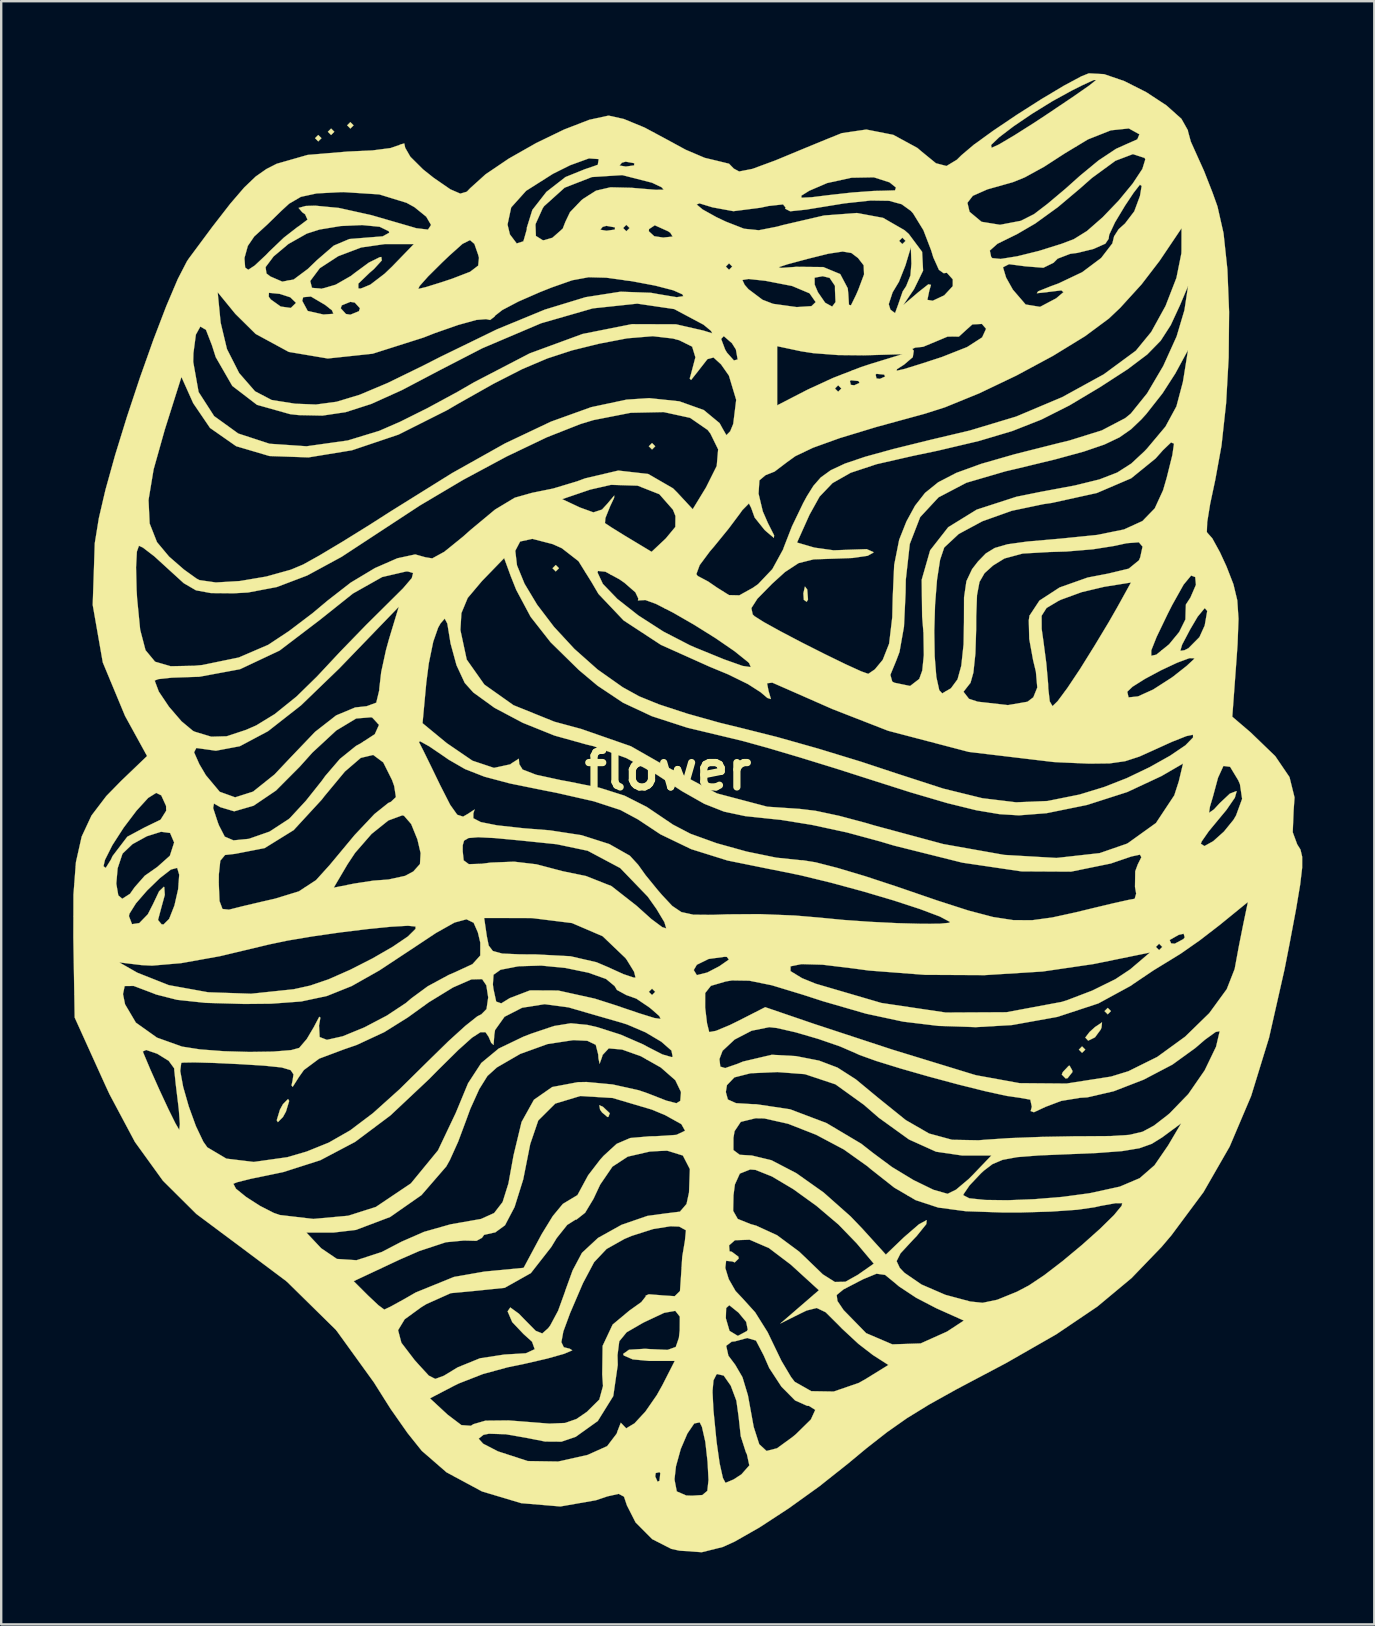
<source format=kicad_pcb>
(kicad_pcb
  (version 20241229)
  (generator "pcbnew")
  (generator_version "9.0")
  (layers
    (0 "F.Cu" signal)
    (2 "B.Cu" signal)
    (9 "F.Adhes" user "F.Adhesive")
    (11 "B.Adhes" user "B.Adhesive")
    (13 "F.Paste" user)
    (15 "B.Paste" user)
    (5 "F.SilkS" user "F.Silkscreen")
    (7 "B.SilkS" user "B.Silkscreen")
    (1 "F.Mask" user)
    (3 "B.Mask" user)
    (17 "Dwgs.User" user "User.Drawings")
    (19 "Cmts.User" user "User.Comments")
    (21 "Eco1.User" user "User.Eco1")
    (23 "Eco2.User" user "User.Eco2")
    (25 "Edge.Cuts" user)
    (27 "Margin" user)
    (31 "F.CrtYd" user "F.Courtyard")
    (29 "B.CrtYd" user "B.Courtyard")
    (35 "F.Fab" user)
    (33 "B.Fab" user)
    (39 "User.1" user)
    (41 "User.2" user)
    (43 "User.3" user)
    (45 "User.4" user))
  (footprint "flower"
    (layer "F.Cu")
    (at 24.779 29.042)
    (property "Reference" "flower" (at 0 0 0) (layer "F.SilkS") (effects (font (size 1.524 1.524) (thickness 0.3))))
    (attr through_hole)
    (fp_poly (pts (xy -14.438 -26.336) (xy -14.572 -26.202) (xy -14.705 -26.336) (xy -14.572 -26.469) (xy -14.438 -26.336)) (stroke (width 0.01) (type solid)) (fill yes) (layer "F.SilkS"))
    (fp_poly (pts (xy -13.903 -26.603) (xy -14.037 -26.469) (xy -14.171 -26.603) (xy -14.037 -26.737) (xy -13.903 -26.603)) (stroke (width 0.01) (type solid)) (fill yes) (layer "F.SilkS"))
    (fp_poly (pts (xy -13.101 -26.871) (xy -13.235 -26.737) (xy -13.368 -26.871) (xy -13.235 -27.004) (xy -13.101 -26.871)) (stroke (width 0.01) (type solid)) (fill yes) (layer "F.SilkS"))
    (fp_poly (pts (xy -4.545 -8.422) (xy -4.679 -8.288) (xy -4.813 -8.422) (xy -4.679 -8.556) (xy -4.545 -8.422)) (stroke (width 0.01) (type solid)) (fill yes) (layer "F.SilkS"))
    (fp_poly (pts (xy -0.535 -13.502) (xy -0.668 -13.368) (xy -0.802 -13.502) (xy -0.668 -13.636) (xy -0.535 -13.502)) (stroke (width 0.01) (type solid)) (fill yes) (layer "F.SilkS"))
    (fp_poly (pts (xy 17.379 11.631) (xy 17.245 11.764) (xy 17.112 11.631) (xy 17.245 11.497) (xy 17.379 11.631)) (stroke (width 0.01) (type solid)) (fill yes) (layer "F.SilkS"))
    (fp_poly (pts (xy 18.448 10.026) (xy 18.315 10.16) (xy 18.181 10.026) (xy 18.315 9.893) (xy 18.448 10.026)) (stroke (width 0.01) (type solid)) (fill yes) (layer "F.SilkS"))
    (fp_poly (pts (xy 5.797 -7.536) (xy 5.829 -7.119) (xy 5.776 -7.024) (xy 5.655 -7.104) (xy 5.636 -7.375) (xy 5.701 -7.66) (xy 5.797 -7.536)) (stroke (width 0.01) (type solid)) (fill yes) (layer "F.SilkS"))
    (fp_poly (pts (xy -2.715 14.011) (xy -2.428 14.281) (xy -2.487 14.435) (xy -2.524 14.438) (xy -2.75 14.248) (xy -2.833 14.129) (xy -2.864 13.946) (xy -2.715 14.011)) (stroke (width 0.01) (type solid)) (fill yes) (layer "F.SilkS"))
    (fp_poly (pts (xy -15.783 13.769) (xy -15.916 14.209) (xy -16.042 14.438) (xy -16.254 14.652) (xy -16.301 14.572) (xy -16.168 14.132) (xy -16.042 13.903) (xy -15.83 13.689) (xy -15.783 13.769)) (stroke (width 0.01) (type solid)) (fill yes) (layer "F.SilkS"))
    (fp_poly (pts (xy 16.841 12.506) (xy 16.844 12.566) (xy 16.639 12.823) (xy 16.561 12.834) (xy 16.401 12.67) (xy 16.443 12.566) (xy 16.683 12.311) (xy 16.726 12.299) (xy 16.841 12.506)) (stroke (width 0.01) (type solid)) (fill yes) (layer "F.SilkS"))
    (fp_poly (pts (xy 18.056 10.706) (xy 18.025 10.791) (xy 17.784 11.119) (xy 17.5 11.258) (xy 17.379 11.129) (xy 17.556 10.898) (xy 17.786 10.69) (xy 18.076 10.495) (xy 18.056 10.706)) (stroke (width 0.01) (type solid)) (fill yes) (layer "F.SilkS"))
    (fp_poly (pts (xy 18.162 -29.003) (xy 19.005 -28.714) (xy 19.918 -28.253) (xy 20.758 -27.702) (xy 21.384 -27.143) (xy 21.656 -26.66) (xy 21.658 -26.623) (xy 21.775 -26.194) (xy 22.028 -25.631) (xy 22.326 -24.971) (xy 22.684 -24.058) (xy 22.886 -23.492) (xy 23.138 -22.379) (xy 23.299 -20.871) (xy 23.37 -19.101) (xy 23.352 -17.198) (xy 23.246 -15.297) (xy 23.053 -13.527) (xy 22.793 -12.098) (xy 22.581 -11.102) (xy 22.458 -10.34) (xy 22.443 -9.931) (xy 22.469 -9.893) (xy 22.67 -9.668) (xy 22.989 -9.087) (xy 23.261 -8.498) (xy 23.55 -7.755) (xy 23.711 -7.085) (xy 23.762 -6.314) (xy 23.723 -5.265) (xy 23.682 -4.67) (xy 23.503 -2.237) (xy 24.263 -1.587) (xy 25.293 -0.594) (xy 25.886 0.278) (xy 26.096 1.126) (xy 26.058 1.668) (xy 26.021 2.575) (xy 26.207 3.08) (xy 26.343 3.296) (xy 26.414 3.596) (xy 26.413 4.057) (xy 26.33 4.76) (xy 26.159 5.782) (xy 25.892 7.201) (xy 25.679 8.288) (xy 25.034 11.138) (xy 24.288 13.563) (xy 23.393 15.671) (xy 22.302 17.57) (xy 20.966 19.367) (xy 20.558 19.848) (xy 19.307 21.147) (xy 17.88 22.336) (xy 16.172 23.49) (xy 14.079 24.688) (xy 13.502 24.993) (xy 12.012 25.781) (xy 10.873 26.416) (xy 9.954 26.981) (xy 9.128 27.561) (xy 8.263 28.238) (xy 7.486 28.883) (xy 6.301 29.823) (xy 5.031 30.735) (xy 3.812 31.532) (xy 2.776 32.123) (xy 2.282 32.348) (xy 1.404 32.567) (xy 0.479 32.503) (xy 0.134 32.428) (xy -0.66 32.023) (xy -1.354 31.325) (xy -1.713 30.619) (xy -1.836 30.253) (xy -2.057 30.136) (xy -2.532 30.242) (xy -3.005 30.402) (xy -4.485 30.661) (xy -6.117 30.524) (xy -7.75 30.035) (xy -8.908 29.411) (xy -0.535 29.411) (xy -0.437 29.631) (xy -0.356 29.589) (xy -0.351 29.536) (xy 0.267 29.536) (xy 0.363 30.034) (xy 0.757 30.204) (xy 1.003 30.213) (xy 1.428 30.185) (xy 1.635 30.012) (xy 1.685 29.559) (xy 1.646 28.809) (xy 1.552 27.967) (xy 1.411 27.345) (xy 1.318 27.157) (xy 1.089 27.205) (xy 0.804 27.624) (xy 0.528 28.268) (xy 0.329 28.987) (xy 0.267 29.536) (xy -0.351 29.536) (xy -0.324 29.271) (xy -0.356 29.232) (xy -0.515 29.269) (xy -0.535 29.411) (xy -8.908 29.411) (xy -9.231 29.237) (xy -10.259 28.344) (xy -10.664 27.838) (xy -7.891 27.838) (xy -7.702 28.048) (xy -7.085 28.366) (xy -5.845 28.77) (xy -4.577 28.789) (xy -3.353 28.515) (xy -2.537 28.148) (xy -2.139 27.625) (xy -2.11 27.533) (xy -1.969 27.173) (xy -1.898 27.246) (xy -1.745 27.407) (xy -1.398 27.199) (xy -0.943 26.707) (xy -0.465 26.017) (xy -0.383 25.869) (xy 1.851 25.869) (xy 1.89 26.652) (xy 2.009 27.854) (xy 2.026 28.007) (xy 2.149 28.871) (xy 2.284 29.475) (xy 2.392 29.678) (xy 2.728 29.537) (xy 3.057 29.323) (xy 3.385 28.951) (xy 3.284 28.485) (xy 3.242 28.404) (xy 3.028 27.736) (xy 2.941 26.939) (xy 2.846 26.255) (xy 2.612 25.629) (xy 2.318 25.209) (xy 2.042 25.145) (xy 2.013 25.17) (xy 1.892 25.408) (xy 1.851 25.869) (xy -0.383 25.869) (xy -0.233 25.601) (xy 0.278 24.598) (xy -0.797 24.598) (xy -1.472 24.534) (xy -1.845 24.372) (xy -1.872 24.308) (xy -1.627 24.133) (xy -0.96 24.093) (xy -0.735 24.107) (xy -0.021 24.139) (xy 0.321 24.016) (xy 0.337 23.97) (xy 2.421 23.97) (xy 2.513 24.381) (xy 2.797 24.759) (xy 3.099 25.277) (xy 3.327 26.033) (xy 3.347 26.144) (xy 3.567 27.349) (xy 3.798 28.069) (xy 4.102 28.349) (xy 4.539 28.237) (xy 5.171 27.778) (xy 5.327 27.649) (xy 5.948 27.04) (xy 6.132 26.638) (xy 5.868 26.472) (xy 5.795 26.469) (xy 5.292 26.245) (xy 4.722 25.67) (xy 4.214 24.894) (xy 3.984 24.369) (xy 3.662 23.75) (xy 3.296 23.643) (xy 3.288 23.646) (xy 2.788 23.782) (xy 2.652 23.796) (xy 2.421 23.97) (xy 0.337 23.97) (xy 0.451 23.636) (xy 0.485 23.328) (xy 0.489 22.819) (xy 2.406 22.819) (xy 2.56 23.347) (xy 2.907 23.556) (xy 3.279 23.357) (xy 3.32 23.297) (xy 3.253 22.969) (xy 2.935 22.587) (xy 2.551 22.278) (xy 2.42 22.396) (xy 2.406 22.819) (xy 0.489 22.819) (xy 0.489 22.751) (xy 0.301 22.512) (xy -0.163 22.595) (xy -0.989 22.983) (xy -1.062 23.021) (xy -1.727 23.406) (xy -2.033 23.78) (xy -2.106 24.357) (xy -2.096 24.77) (xy -2.283 26.064) (xy -2.928 27.102) (xy -3.851 27.762) (xy -4.441 27.962) (xy -5.12 27.957) (xy -5.902 27.802) (xy -6.761 27.653) (xy -7.461 27.631) (xy -7.69 27.677) (xy -7.891 27.838) (xy -10.664 27.838) (xy -10.853 27.601) (xy -11.555 26.6) (xy -11.835 26.157) (xy -9.918 26.157) (xy -9.184 26.837) (xy -8.609 27.272) (xy -8.214 27.301) (xy -8.108 27.233) (xy -7.605 27.087) (xy -6.652 27.077) (xy -5.951 27.131) (xy -4.944 27.211) (xy -4.29 27.183) (xy -3.815 27.018) (xy -3.38 26.719) (xy -2.864 26.208) (xy -2.71 25.644) (xy -2.743 25.161) (xy -2.726 23.971) (xy -2.309 23.085) (xy -1.612 22.503) (xy -1.114 22.148) (xy -0.924 21.905) (xy -0.935 21.881) (xy -0.803 21.823) (xy -0.305 21.862) (xy -0.265 21.867) (xy 0.277 21.902) (xy 0.496 21.688) (xy 0.538 21.086) (xy 0.561 20.723) (xy 2.383 20.723) (xy 2.527 21.19) (xy 2.809 21.683) (xy 3.102 21.993) (xy 3.629 22.575) (xy 4.148 23.403) (xy 4.324 23.77) (xy 4.722 24.595) (xy 5.123 25.27) (xy 5.274 25.467) (xy 5.966 25.859) (xy 6.9 25.874) (xy 7.943 25.516) (xy 8.234 25.351) (xy 9.179 24.767) (xy 8.533 24.353) (xy 7.929 23.887) (xy 7.241 23.249) (xy 7.085 23.088) (xy 6.563 22.57) (xy 6.193 22.393) (xy 5.771 22.499) (xy 5.481 22.639) (xy 4.679 23.04) (xy 5.481 22.347) (xy 6.053 21.853) (xy 7.023 21.853) (xy 7.057 22.104) (xy 7.311 22.48) (xy 8.251 23.442) (xy 9.343 23.909) (xy 10.521 23.87) (xy 11.62 23.377) (xy 12.321 22.918) (xy 11.174 22.404) (xy 10.336 21.968) (xy 9.621 21.495) (xy 9.452 21.352) (xy 9.041 21.015) (xy 8.683 20.965) (xy 8.141 21.188) (xy 7.981 21.269) (xy 7.306 21.62) (xy 7.023 21.853) (xy 6.053 21.853) (xy 6.283 21.654) (xy 5.112 20.586) (xy 4.202 19.897) (xy 3.397 19.549) (xy 2.785 19.571) (xy 2.54 19.785) (xy 2.561 20.032) (xy 2.658 20.053) (xy 2.93 20.258) (xy 2.941 20.336) (xy 2.777 20.495) (xy 2.674 20.454) (xy 2.418 20.428) (xy 2.383 20.723) (xy 0.561 20.723) (xy 0.59 20.26) (xy 0.703 19.585) (xy 0.745 19.156) (xy 0.461 19.002) (xy 0.098 18.989) (xy -0.622 19.105) (xy -1.511 19.388) (xy -1.816 19.516) (xy -2.564 19.936) (xy -3.082 20.486) (xy -3.542 21.352) (xy -3.584 21.448) (xy -4.082 22.609) (xy -4.363 23.371) (xy -4.445 23.817) (xy -4.343 24.029) (xy -4.095 24.091) (xy -3.99 24.157) (xy -4.33 24.302) (xy -5.038 24.501) (xy -6.033 24.731) (xy -6.684 24.864) (xy -7.708 25.143) (xy -8.717 25.537) (xy -8.903 25.628) (xy -9.918 26.157) (xy -11.835 26.157) (xy -12.218 25.55) (xy -12.247 25.502) (xy -13.824 23.318) (xy -11.247 23.318) (xy -11.109 23.842) (xy -10.56 24.561) (xy -10.347 24.798) (xy -9.966 25.211) (xy -9.696 25.348) (xy -9.339 25.216) (xy -8.763 24.866) (xy -7.834 24.488) (xy -6.812 24.332) (xy -6.796 24.332) (xy -5.924 24.28) (xy -5.555 24.111) (xy -5.666 23.798) (xy -6.025 23.474) (xy -6.492 22.981) (xy -6.684 22.534) (xy -6.573 22.371) (xy -6.216 22.63) (xy -5.982 22.871) (xy -5.515 23.344) (xy -5.24 23.454) (xy -4.996 23.238) (xy -4.907 23.119) (xy -4.58 22.508) (xy -4.294 21.718) (xy -4.279 21.665) (xy -3.975 20.827) (xy -3.593 20.108) (xy -3.581 20.091) (xy -2.916 19.474) (xy -1.935 18.928) (xy -0.857 18.557) (xy -0.097 18.454) (xy 0.495 18.381) (xy 0.525 18.346) (xy 2.711 18.346) (xy 2.903 18.684) (xy 3.442 18.901) (xy 3.668 18.963) (xy 4.54 19.363) (xy 5.461 20.046) (xy 5.743 20.314) (xy 6.448 20.994) (xy 6.949 21.31) (xy 7.386 21.302) (xy 7.902 21.014) (xy 7.968 20.968) (xy 8.57 20.547) (xy 7.857 19.7) (xy 7.1 18.918) (xy 6.179 18.137) (xy 5.215 17.442) (xy 4.329 16.915) (xy 3.643 16.641) (xy 3.418 16.624) (xy 2.989 16.795) (xy 2.783 17.25) (xy 2.725 17.699) (xy 2.711 18.346) (xy 0.525 18.346) (xy 0.769 18.061) (xy 0.873 17.579) (xy 0.908 16.608) (xy 0.617 16.043) (xy -0.048 15.836) (xy -0.762 15.877) (xy -1.679 16.088) (xy -2.318 16.506) (xy -2.829 17.255) (xy -3.107 17.847) (xy -3.455 18.426) (xy -3.815 18.71) (xy -3.86 18.716) (xy -4.201 18.932) (xy -4.64 19.482) (xy -4.864 19.851) (xy -5.716 20.941) (xy -6.805 21.553) (xy -8.094 21.686) (xy -9.052 21.776) (xy -10.067 22.23) (xy -10.279 22.36) (xy -10.972 22.864) (xy -11.247 23.318) (xy -13.824 23.318) (xy -13.826 23.315) (xy -15.886 21.289) (xy -15.903 21.276) (xy -13.096 21.276) (xy -12.504 21.867) (xy -12.066 22.279) (xy -11.822 22.459) (xy -11.819 22.459) (xy -11.556 22.335) (xy -10.981 22.018) (xy -10.511 21.747) (xy -8.919 21.1) (xy -7.656 20.878) (xy -6.016 20.721) (xy -5.264 19.317) (xy -4.804 18.567) (xy -4.383 18.058) (xy -4.145 17.914) (xy -3.775 17.692) (xy -3.614 17.393) (xy -3.329 16.866) (xy -2.828 16.214) (xy -2.686 16.056) (xy -2.424 15.815) (xy 2.722 15.815) (xy 2.985 16.012) (xy 3.489 16.042) (xy 4.307 16.239) (xy 5.343 16.778) (xy 6.48 17.583) (xy 7.602 18.578) (xy 8.079 19.075) (xy 9.072 20.17) (xy 9.831 19.443) (xy 10.45 18.908) (xy 10.773 18.732) (xy 10.757 18.899) (xy 10.358 19.394) (xy 10.187 19.573) (xy 9.685 20.114) (xy 9.52 20.442) (xy 9.653 20.724) (xy 9.846 20.927) (xy 10.556 21.415) (xy 11.552 21.846) (xy 12.586 22.124) (xy 13.101 22.178) (xy 13.71 22.051) (xy 14.534 21.716) (xy 15.031 21.454) (xy 15.666 21.03) (xy 16.438 20.437) (xy 17.247 19.763) (xy 17.993 19.096) (xy 18.576 18.524) (xy 18.895 18.136) (xy 18.918 18.027) (xy 18.632 18.03) (xy 18.017 18.14) (xy 17.772 18.196) (xy 17.046 18.301) (xy 15.96 18.377) (xy 14.689 18.415) (xy 13.93 18.415) (xy 12.406 18.363) (xy 11.254 18.21) (xy 10.314 17.901) (xy 9.965 17.696) (xy 12.299 17.696) (xy 12.544 17.824) (xy 13.201 17.893) (xy 14.147 17.905) (xy 15.263 17.861) (xy 16.429 17.765) (xy 17.523 17.618) (xy 17.615 17.602) (xy 18.818 17.338) (xy 19.647 16.986) (xy 20.264 16.448) (xy 20.83 15.623) (xy 20.843 15.601) (xy 21.374 14.701) (xy 20.579 15.288) (xy 20.149 15.555) (xy 19.636 15.738) (xy 18.921 15.857) (xy 17.883 15.936) (xy 16.777 15.983) (xy 15.452 16.038) (xy 14.544 16.109) (xy 13.938 16.221) (xy 13.515 16.399) (xy 13.16 16.668) (xy 13.034 16.784) (xy 12.557 17.288) (xy 12.309 17.652) (xy 12.299 17.696) (xy 9.965 17.696) (xy 9.426 17.382) (xy 8.43 16.597) (xy 8.303 16.488) (xy 7.322 15.79) (xy 6.166 15.177) (xy 5.004 14.721) (xy 4.005 14.496) (xy 3.637 14.491) (xy 3.029 14.64) (xy 2.77 15.028) (xy 2.723 15.307) (xy 2.722 15.815) (xy -2.424 15.815) (xy -2.139 15.555) (xy -1.576 15.313) (xy -0.763 15.242) (xy -0.539 15.24) (xy 0.345 15.182) (xy 0.709 15.011) (xy 0.554 14.735) (xy -0.121 14.36) (xy -0.679 14.128) (xy -2.31 13.645) (xy -3.659 13.564) (xy -4.7 13.879) (xy -5.407 14.582) (xy -5.742 15.564) (xy -6.034 17.037) (xy -6.394 18.188) (xy -6.793 18.948) (xy -7.204 19.248) (xy -7.24 19.251) (xy -7.663 19.347) (xy -7.754 19.472) (xy -7.981 19.596) (xy -8.503 19.583) (xy -9.255 19.655) (xy -10.36 20.019) (xy -11.174 20.374) (xy -13.096 21.276) (xy -15.903 21.276) (xy -17.914 19.77) (xy -18.611 19.251) (xy -15.066 19.251) (xy -14.451 19.905) (xy -13.794 20.35) (xy -12.977 20.404) (xy -11.927 20.062) (xy -11.096 19.629) (xy -10.165 19.222) (xy -9.059 18.908) (xy -8.613 18.83) (xy -7.791 18.685) (xy -7.245 18.438) (xy -6.893 17.982) (xy -6.65 17.207) (xy -6.435 16.028) (xy -6.102 14.645) (xy -5.588 13.72) (xy -4.827 13.189) (xy -3.756 12.987) (xy -3.398 12.98) (xy -2.311 13.082) (xy -1.22 13.324) (xy -0.859 13.448) (xy -0.068 13.757) (xy 0.348 13.864) (xy 0.508 13.765) (xy 0.535 13.454) (xy 0.535 13.397) (xy 2.406 13.397) (xy 2.491 13.709) (xy 2.831 13.861) (xy 3.557 13.905) (xy 3.676 13.906) (xy 5.081 14.116) (xy 6.6 14.691) (xy 8.047 15.551) (xy 8.535 15.934) (xy 9.329 16.523) (xy 10.227 17.067) (xy 11.055 17.47) (xy 11.641 17.637) (xy 11.647 17.637) (xy 11.996 17.465) (xy 12.521 17.023) (xy 12.7 16.844) (xy 13.468 16.042) (xy 12.253 16.042) (xy 11.164 15.883) (xy 10.036 15.374) (xy 8.778 14.468) (xy 8.155 13.927) (xy 6.975 13.078) (xy 5.699 12.653) (xy 4.555 12.566) (xy 3.436 12.616) (xy 2.763 12.787) (xy 2.452 13.111) (xy 2.406 13.397) (xy 0.535 13.397) (xy 0.535 13.39) (xy 0.302 12.905) (xy -0.301 12.376) (xy -0.921 12.025) (xy 2.139 12.025) (xy 2.176 12.338) (xy 2.379 12.4) (xy 2.89 12.224) (xy 3.122 12.128) (xy 4.321 11.846) (xy 5.328 11.901) (xy 6.29 12.089) (xy 7.058 12.38) (xy 7.821 12.869) (xy 8.756 13.643) (xy 9.901 14.566) (xy 10.875 15.127) (xy 11.833 15.387) (xy 12.93 15.407) (xy 13.207 15.385) (xy 14.228 15.317) (xy 15.542 15.267) (xy 16.906 15.241) (xy 17.259 15.24) (xy 18.43 15.232) (xy 19.217 15.182) (xy 19.77 15.05) (xy 20.239 14.797) (xy 20.775 14.383) (xy 20.896 14.283) (xy 21.67 13.483) (xy 22.352 12.496) (xy 22.827 11.511) (xy 22.979 10.864) (xy 22.813 10.894) (xy 22.369 11.215) (xy 21.959 11.567) (xy 21.009 12.254) (xy 19.811 12.882) (xy 18.564 13.365) (xy 17.465 13.619) (xy 17.168 13.637) (xy 16.377 13.767) (xy 15.726 14.013) (xy 15.239 14.24) (xy 15.104 14.19) (xy 15.153 14.012) (xy 15.089 13.715) (xy 14.647 13.636) (xy 14.122 13.562) (xy 13.225 13.366) (xy 12.093 13.084) (xy 10.864 12.754) (xy 9.676 12.414) (xy 8.667 12.102) (xy 7.974 11.853) (xy 7.816 11.78) (xy 7.162 11.497) (xy 6.258 11.185) (xy 5.312 10.909) (xy 4.529 10.73) (xy 4.217 10.695) (xy 3.482 10.843) (xy 2.772 11.211) (xy 2.269 11.681) (xy 2.139 12.025) (xy -0.921 12.025) (xy -1.131 11.906) (xy -1.914 11.628) (xy -2.471 11.579) (xy -2.725 11.851) (xy -2.752 11.942) (xy -2.851 12.219) (xy -2.9 11.993) (xy -2.91 11.831) (xy -3.012 11.431) (xy -3.363 11.263) (xy -3.944 11.235) (xy -5.018 11.398) (xy -6.158 11.809) (xy -7.13 12.372) (xy -7.525 12.729) (xy -7.866 13.276) (xy -8.238 14.099) (xy -8.411 14.572) (xy -8.745 15.467) (xy -9.091 16.233) (xy -9.239 16.498) (xy -10.272 17.691) (xy -11.577 18.602) (xy -13.002 19.141) (xy -13.939 19.251) (xy -15.066 19.251) (xy -18.611 19.251) (xy -19.647 18.478) (xy -20.915 17.218) (xy -18.109 17.218) (xy -18 17.425) (xy -17.577 17.768) (xy -16.998 18.14) (xy -16.425 18.433) (xy -16.176 18.52) (xy -14.777 18.684) (xy -13.325 18.551) (xy -12.171 18.184) (xy -10.714 17.205) (xy -9.584 15.828) (xy -8.841 14.263) (xy -8.331 13.032) (xy -7.78 12.187) (xy -7.055 11.587) (xy -6.023 11.091) (xy -5.703 10.968) (xy -4.754 10.648) (xy -4.052 10.534) (xy -3.358 10.602) (xy -2.951 10.695) (xy -1.971 11.008) (xy -1.037 11.415) (xy -0.835 11.525) (xy -0.234 11.832) (xy 0.149 11.942) (xy 0.193 11.928) (xy 0.14 11.67) (xy -0.28 11.302) (xy -0.939 10.911) (xy -1.707 10.583) (xy -1.946 10.507) (xy -2.968 10.213) (xy -4.006 9.912) (xy -4.144 9.871) (xy -5.143 9.738) (xy -6.079 9.886) (xy -6.813 10.262) (xy -7.207 10.815) (xy -7.238 11.015) (xy -7.269 11.436) (xy -7.368 11.347) (xy -7.475 11.096) (xy -7.603 10.907) (xy -7.812 10.904) (xy -8.168 11.134) (xy -8.736 11.644) (xy -9.583 12.481) (xy -9.961 12.864) (xy -11.565 14.372) (xy -13.036 15.474) (xy -14.485 16.238) (xy -16.026 16.731) (xy -16.556 16.842) (xy -17.373 17.01) (xy -17.944 17.153) (xy -18.109 17.218) (xy -20.915 17.218) (xy -21.041 17.093) (xy -22.209 15.476) (xy -23.268 13.488) (xy -23.447 13.101) (xy -24.077 11.71) (xy -21.882 11.71) (xy -21.881 11.712) (xy -21.562 12.469) (xy -21.185 13.314) (xy -20.816 14.107) (xy -20.521 14.704) (xy -20.367 14.966) (xy -20.362 14.968) (xy -20.336 14.735) (xy -20.379 14.143) (xy -20.415 13.836) (xy -20.509 13.063) (xy -20.565 12.52) (xy -20.322 12.52) (xy -20.2 13.181) (xy -19.965 14.002) (xy -19.668 14.819) (xy -19.36 15.466) (xy -19.194 15.701) (xy -18.399 16.172) (xy -17.26 16.31) (xy -15.857 16.112) (xy -15.058 15.878) (xy -14.133 15.504) (xy -13.243 14.995) (xy -12.294 14.279) (xy -11.189 13.286) (xy -9.984 12.098) (xy -9.154 11.286) (xy -8.443 10.64) (xy -7.946 10.245) (xy -7.777 10.16) (xy -7.563 9.943) (xy -7.492 9.457) (xy -7.571 8.95) (xy -7.592 8.919) (xy -7.298 8.919) (xy -7.273 9.108) (xy -7.16 9.63) (xy -6.949 9.704) (xy -6.595 9.486) (xy -5.75 9.163) (xy -4.582 9.169) (xy -3.051 9.507) (xy -2.273 9.755) (xy -1.197 10.119) (xy -0.563 10.316) (xy -0.308 10.351) (xy -0.368 10.229) (xy -0.678 9.956) (xy -0.765 9.884) (xy -0.765 9.883) (xy 1.544 9.883) (xy 1.546 9.896) (xy 1.623 10.534) (xy 1.711 10.888) (xy 1.72 10.9) (xy 1.994 10.849) (xy 2.576 10.606) (xy 2.933 10.431) (xy 4.046 9.863) (xy 6.101 10.566) (xy 9.332 11.628) (xy 12.712 12.664) (xy 12.834 12.699) (xy 14.643 13.028) (xy 16.596 13.044) (xy 18.452 12.754) (xy 19.174 12.532) (xy 20.376 11.936) (xy 21.538 11.092) (xy 22.543 10.113) (xy 23.273 9.112) (xy 23.602 8.272) (xy 23.778 7.319) (xy 23.958 6.417) (xy 24.154 5.481) (xy 22.972 6.444) (xy 22.149 7.078) (xy 21.349 7.637) (xy 20.988 7.859) (xy 20.222 8.328) (xy 19.389 8.889) (xy 19.274 8.971) (xy 17.924 9.706) (xy 16.219 10.267) (xy 14.323 10.608) (xy 12.819 10.695) (xy 11.265 10.643) (xy 9.797 10.466) (xy 8.248 10.134) (xy 6.451 9.614) (xy 5.615 9.343) (xy 4.322 8.95) (xy 3.382 8.759) (xy 2.665 8.748) (xy 2.406 8.791) (xy 1.784 8.973) (xy 1.546 9.274) (xy 1.544 9.883) (xy -0.765 9.883) (xy -1.321 9.507) (xy -1.739 9.358) (xy -1.984 9.224) (xy -0.802 9.224) (xy -0.668 9.358) (xy -0.535 9.224) (xy -0.668 9.091) (xy -0.802 9.224) (xy -1.984 9.224) (xy -2.13 9.144) (xy -2.226 8.983) (xy -2.582 8.688) (xy -3.316 8.427) (xy -4.269 8.23) (xy -5.285 8.13) (xy -6.204 8.158) (xy -6.286 8.169) (xy -6.978 8.304) (xy -7.271 8.512) (xy -7.298 8.919) (xy -7.592 8.919) (xy -7.746 8.694) (xy -8.193 8.706) (xy -8.957 9.04) (xy -9.963 9.656) (xy -10.842 10.29) (xy -11.823 10.903) (xy -12.97 11.436) (xy -13.49 11.615) (xy -14.531 12.005) (xy -15.17 12.48) (xy -15.378 12.773) (xy -15.637 13.182) (xy -15.686 13.12) (xy -15.644 12.934) (xy -15.603 12.661) (xy -15.721 12.485) (xy -16.096 12.374) (xy -16.822 12.299) (xy -17.84 12.236) (xy -18.898 12.186) (xy -19.731 12.163) (xy -20.212 12.171) (xy -20.279 12.184) (xy -20.322 12.52) (xy -20.565 12.52) (xy -20.567 12.506) (xy -20.574 12.409) (xy -20.802 12.097) (xy -21.28 11.802) (xy -21.74 11.645) (xy -21.882 11.71) (xy -24.077 11.71) (xy -24.718 10.294) (xy -24.734 9.317) (xy -22.706 9.317) (xy -22.62 9.743) (xy -22.169 10.507) (xy -21.29 11.132) (xy -20.246 11.505) (xy -19.497 11.622) (xy -18.509 11.697) (xy -17.441 11.728) (xy -16.453 11.713) (xy -15.702 11.652) (xy -15.366 11.56) (xy -15.048 11.187) (xy -14.758 10.695) (xy -14.53 10.263) (xy -14.483 10.299) (xy -14.54 10.628) (xy -14.514 11.107) (xy -14.212 11.224) (xy -13.551 11.075) (xy -12.653 10.706) (xy -11.711 10.212) (xy -10.92 9.688) (xy -10.695 9.496) (xy -10.01 8.992) (xy -9.132 8.517) (xy -8.89 8.414) (xy -8.147 8.07) (xy -7.823 7.711) (xy -7.822 7.173) (xy -7.922 6.751) (xy -8.099 6.346) (xy -8.397 6.202) (xy -8.894 6.337) (xy -9.666 6.77) (xy -10.611 7.397) (xy -12.027 8.332) (xy -13.177 8.982) (xy -14.212 9.397) (xy -15.282 9.625) (xy -16.538 9.718) (xy -17.646 9.729) (xy -19.263 9.683) (xy -20.455 9.556) (xy -21.324 9.335) (xy -21.497 9.266) (xy -22.26 8.978) (xy -22.636 8.983) (xy -22.706 9.317) (xy -24.734 9.317) (xy -24.756 7.998) (xy -22.86 7.998) (xy -22.109 8.427) (xy -20.797 8.946) (xy -19.161 9.242) (xy -17.371 9.303) (xy -15.595 9.116) (xy -14.913 8.965) (xy -14.141 8.702) (xy -13.235 8.302) (xy -12.307 7.829) (xy -11.47 7.346) (xy -10.836 6.916) (xy -10.519 6.602) (xy -10.52 6.503) (xy -10.835 6.471) (xy -11.551 6.512) (xy -12.538 6.611) (xy -13.669 6.75) (xy -14.817 6.915) (xy -15.853 7.089) (xy -16.65 7.256) (xy -16.711 7.272) (xy -18.664 7.738) (xy -20.279 8.028) (xy -21.493 8.132) (xy -21.924 8.111) (xy -22.86 7.998) (xy -24.756 7.998) (xy -24.774 6.952) (xy -24.771 6.068) (xy -22.459 6.068) (xy -22.33 6.405) (xy -22.027 6.36) (xy -21.672 5.994) (xy -21.453 5.566) (xy -21.203 5.038) (xy -21.006 4.848) (xy -20.986 4.86) (xy -20.964 5.187) (xy -21.108 5.711) (xy -21.247 6.231) (xy -21.098 6.411) (xy -21.016 6.417) (xy -20.782 6.184) (xy -20.768 6.149) (xy -7.661 6.149) (xy -7.55 6.907) (xy -7.471 7.298) (xy -7.298 7.524) (xy -6.908 7.63) (xy -6.181 7.662) (xy -5.504 7.665) (xy -4.068 7.741) (xy -2.979 7.992) (xy -2.52 8.187) (xy -1.86 8.487) (xy -1.427 8.631) (xy -1.355 8.628) (xy -1.416 8.385) (xy -1.458 8.317) (xy 1.069 8.317) (xy 1.199 8.528) (xy 1.633 8.419) (xy 1.745 8.361) (xy 5.1 8.361) (xy 5.582 8.655) (xy 6.149 8.886) (xy 8.888 9.688) (xy 11.566 10.086) (xy 14.097 10.073) (xy 16.394 9.644) (xy 16.613 9.576) (xy 17.668 9.173) (xy 18.634 8.697) (xy 19.249 8.289) (xy 20.074 7.586) (xy 17.724 8.066) (xy 15.603 8.377) (xy 13.189 8.528) (xy 10.702 8.516) (xy 8.36 8.336) (xy 7.72 8.249) (xy 6.44 8.094) (xy 5.558 8.069) (xy 5.102 8.161) (xy 5.1 8.361) (xy 1.745 8.361) (xy 2.139 8.155) (xy 2.534 7.88) (xy 2.448 7.769) (xy 2.361 7.763) (xy 1.691 7.854) (xy 1.198 8.096) (xy 1.069 8.317) (xy -1.458 8.317) (xy -1.718 7.895) (xy -1.775 7.816) (xy -2.26 7.353) (xy 20.32 7.353) (xy 20.454 7.486) (xy 20.587 7.353) (xy 20.454 7.219) (xy 20.32 7.353) (xy -2.26 7.353) (xy -2.56 7.065) (xy 20.893 7.065) (xy 20.956 7.205) (xy 21.106 7.219) (xy 21.469 7.025) (xy 21.521 6.955) (xy 21.478 6.803) (xy 21.27 6.85) (xy 20.893 7.065) (xy -2.56 7.065) (xy -2.726 6.907) (xy -4.003 6.359) (xy -5.656 6.153) (xy -5.903 6.15) (xy -7.661 6.149) (xy -20.768 6.149) (xy -20.562 5.624) (xy -20.407 4.942) (xy -20.389 4.697) (xy -18.716 4.697) (xy -18.685 5.443) (xy -18.561 5.772) (xy -18.293 5.801) (xy -18.248 5.79) (xy -17.728 5.659) (xy -16.909 5.466) (xy -16.367 5.342) (xy -15.378 5.038) (xy -15.143 4.884) (xy -13.927 4.884) (xy -13.08 4.715) (xy -12.281 4.592) (xy -11.648 4.545) (xy -10.953 4.393) (xy -10.613 4.211) (xy -10.335 3.9) (xy -10.308 3.444) (xy -10.33 3.35) (xy -8.556 3.35) (xy -8.515 3.747) (xy -8.299 3.906) (xy -7.762 3.889) (xy -7.386 3.84) (xy -6.416 3.802) (xy -5.488 3.911) (xy -5.314 3.956) (xy -4.389 4.2) (xy -3.426 4.398) (xy -3.42 4.399) (xy -2.357 4.82) (xy -1.315 5.636) (xy -0.698 6.19) (xy -0.243 6.529) (xy -0.076 6.582) (xy -0.154 6.32) (xy -0.483 5.771) (xy -0.845 5.259) (xy -1.993 4.068) (xy -3.347 3.347) (xy -4.64 3.075) (xy -6.156 2.918) (xy -7.22 2.818) (xy -7.912 2.783) (xy -8.311 2.817) (xy -8.499 2.926) (xy -8.553 3.116) (xy -8.556 3.35) (xy -10.33 3.35) (xy -10.441 2.874) (xy -10.701 2.234) (xy -10.999 1.89) (xy -11.072 1.872) (xy -11.653 2.086) (xy -12.353 2.648) (xy -13.038 3.435) (xy -13.353 3.91) (xy -13.927 4.884) (xy -15.143 4.884) (xy -14.665 4.571) (xy -14.095 3.941) (xy -13.054 2.69) (xy -12.231 1.818) (xy -11.655 1.358) (xy -11.544 1.308) (xy -11.337 1.111) (xy -11.408 0.651) (xy -11.497 0.401) (xy -11.864 -0.333) (xy -12.283 -0.645) (xy -12.801 -0.522) (xy -13.464 0.048) (xy -14.32 1.079) (xy -14.424 1.215) (xy -15.596 2.487) (xy -16.805 3.236) (xy -18.039 3.476) (xy -18.454 3.523) (xy -18.652 3.761) (xy -18.713 4.332) (xy -18.716 4.697) (xy -20.389 4.697) (xy -20.364 4.344) (xy -20.449 4.06) (xy -20.71 4.13) (xy -21.171 4.488) (xy -21.7 5.001) (xy -22.166 5.538) (xy -22.435 5.966) (xy -22.459 6.068) (xy -24.771 6.068) (xy -24.769 5.177) (xy -24.734 4.717) (xy -22.985 4.717) (xy -22.901 5.204) (xy -22.736 5.347) (xy -22.413 5.14) (xy -22.222 4.869) (xy -21.799 4.388) (xy -21.276 4.022) (xy -20.753 3.556) (xy -20.575 3.003) (xy -20.744 2.606) (xy -21.119 2.556) (xy -21.711 2.742) (xy -22.311 3.072) (xy -22.714 3.456) (xy -22.732 3.486) (xy -22.929 4.077) (xy -22.985 4.717) (xy -24.734 4.717) (xy -24.679 3.991) (xy -23.518 3.991) (xy -23.425 4.063) (xy -23.207 3.714) (xy -23.141 3.569) (xy -22.526 2.763) (xy -21.803 2.375) (xy -21.141 2.054) (xy -20.906 1.681) (xy -20.909 1.568) (xy -18.951 1.568) (xy -18.755 2.167) (xy -18.709 2.289) (xy -18.467 2.759) (xy -18.104 2.914) (xy -17.465 2.851) (xy -16.602 2.55) (xy -15.801 2.028) (xy -15.738 1.97) (xy -15.088 1.267) (xy -14.421 0.429) (xy -14.279 0.231) (xy -13.67 -0.478) (xy -12.999 -1.02) (xy -12.804 -1.126) (xy -12.71 -1.187) (xy -10.38 -1.187) (xy -10.197 -0.828) (xy -9.861 -0.144) (xy -9.498 0.606) (xy -9.076 1.434) (xy -8.782 1.847) (xy -8.538 1.925) (xy -8.337 1.81) (xy -8.058 1.627) (xy -8.111 1.791) (xy -8.112 1.992) (xy -7.804 2.153) (xy -7.126 2.288) (xy -6.017 2.41) (xy -4.923 2.497) (xy -3.607 2.698) (xy -2.45 3.068) (xy -1.593 3.553) (xy -1.248 3.929) (xy -0.938 4.362) (xy -0.433 4.981) (xy -0.251 5.192) (xy 0.173 5.645) (xy 0.554 5.902) (xy 1.056 6.011) (xy 1.837 6.018) (xy 2.479 5.995) (xy 3.818 5.986) (xy 5.284 6.045) (xy 6.294 6.131) (xy 7.31 6.229) (xy 8.435 6.308) (xy 9.553 6.363) (xy 10.55 6.39) (xy 11.308 6.387) (xy 11.712 6.348) (xy 11.742 6.311) (xy 11.322 6.087) (xy 10.499 5.777) (xy 9.391 5.415) (xy 8.113 5.037) (xy 6.786 4.677) (xy 5.525 4.37) (xy 4.448 4.15) (xy 4.372 4.137) (xy 2.476 3.753) (xy 0.964 3.28) (xy -0.316 2.663) (xy -1.261 2.037) (xy -1.985 1.648) (xy -3.091 1.287) (xy -4.648 0.933) (xy -5.126 0.84) (xy -6.585 0.544) (xy -7.65 0.261) (xy -8.455 -0.054) (xy -9.138 -0.448) (xy -9.326 -0.579) (xy -9.948 -1.002) (xy -10.323 -1.21) (xy -10.38 -1.187) (xy -12.71 -1.187) (xy -12.217 -1.508) (xy -12.041 -1.897) (xy -12.105 -1.967) (xy -10.228 -1.967) (xy -9.221 -1.137) (xy -8.148 -0.404) (xy -7.252 -0.105) (xy -6.575 -0.252) (xy -6.51 -0.301) (xy -6.216 -0.487) (xy -6.2 -0.272) (xy -6.201 -0.265) (xy -6.06 -0.036) (xy -5.495 0.182) (xy -4.456 0.408) (xy -4.181 0.457) (xy -2.839 0.727) (xy -1.813 1.052) (xy -0.885 1.523) (xy 0.162 2.23) (xy 0.195 2.254) (xy 0.936 2.641) (xy 2.025 3.034) (xy 3.278 3.382) (xy 4.511 3.635) (xy 5.539 3.742) (xy 5.614 3.743) (xy 6.146 3.829) (xy 7.054 4.062) (xy 8.213 4.408) (xy 9.495 4.83) (xy 9.525 4.84) (xy 11.221 5.422) (xy 12.523 5.841) (xy 13.541 6.108) (xy 14.385 6.237) (xy 15.168 6.24) (xy 15.998 6.127) (xy 16.987 5.911) (xy 17.735 5.729) (xy 18.586 5.526) (xy 19.209 5.388) (xy 19.437 5.347) (xy 19.499 5.134) (xy 19.45 4.851) (xy 19.461 4.2) (xy 19.566 3.915) (xy 19.715 3.617) (xy 19.657 3.509) (xy 19.297 3.586) (xy 18.538 3.845) (xy 18.448 3.877) (xy 16.784 4.217) (xy 14.72 4.206) (xy 12.258 3.843) (xy 9.403 3.129) (xy 8.823 2.956) (xy 7.449 2.584) (xy 5.991 2.269) (xy 4.698 2.06) (xy 4.324 2.022) (xy 3.213 1.904) (xy 2.331 1.716) (xy 1.51 1.392) (xy 0.582 0.866) (xy -0.466 0.18) (xy -1.739 -0.515) (xy -3.104 -1.01) (xy -3.407 -1.082) (xy -4.733 -1.452) (xy -6.054 -1.984) (xy -7.228 -2.606) (xy -8.113 -3.247) (xy -8.47 -3.645) (xy -8.812 -4.381) (xy -9.06 -5.289) (xy -9.086 -5.449) (xy -9.151 -5.847) (xy -8.651 -5.847) (xy -8.387 -4.616) (xy -7.653 -3.576) (xy -6.44 -2.717) (xy -4.733 -2.028) (xy -3.617 -1.726) (xy -1.547 -1.005) (xy 0.023 -0.109) (xy 2.038 0.959) (xy 4.133 1.512) (xy 5.487 1.604) (xy 6.145 1.683) (xy 7.128 1.893) (xy 8.254 2.193) (xy 8.592 2.294) (xy 11.466 3.069) (xy 14.003 3.52) (xy 16.181 3.647) (xy 17.978 3.446) (xy 19.114 3.053) (xy 22.192 3.053) (xy 22.342 3.152) (xy 22.707 2.95) (xy 23.154 2.55) (xy 23.552 2.06) (xy 23.66 1.877) (xy 23.913 1.186) (xy 23.823 0.579) (xy 23.753 0.414) (xy 23.412 -0.15) (xy 23.134 -0.186) (xy 22.908 0.307) (xy 22.89 0.376) (xy 22.695 1.098) (xy 22.571 1.513) (xy 22.534 1.768) (xy 22.742 1.623) (xy 22.978 1.366) (xy 23.403 0.967) (xy 23.675 0.862) (xy 23.685 0.87) (xy 23.611 1.135) (xy 23.261 1.644) (xy 23.01 1.946) (xy 22.523 2.535) (xy 22.23 2.956) (xy 22.192 3.053) (xy 19.114 3.053) (xy 19.133 3.046) (xy 20.324 2.191) (xy 21.087 1.039) (xy 21.275 0.458) (xy 21.452 -0.286) (xy 20.552 0.236) (xy 19.128 0.901) (xy 17.451 1.439) (xy 15.766 1.782) (xy 14.615 1.872) (xy 13.805 1.822) (xy 12.841 1.66) (xy 11.633 1.363) (xy 10.089 0.91) (xy 8.576 0.428) (xy 7.002 -0.076) (xy 5.49 -0.542) (xy 4.16 -0.936) (xy 3.134 -1.22) (xy 2.674 -1.332) (xy 0.8 -1.78) (xy -0.671 -2.257) (xy -1.873 -2.819) (xy -2.936 -3.528) (xy -3.718 -4.185) (xy -4.895 -5.34) (xy -5.725 -6.398) (xy -6.325 -7.521) (xy -6.555 -8.098) (xy -6.827 -8.843) (xy -7.754 -7.887) (xy -8.346 -7.185) (xy -8.609 -6.552) (xy -8.651 -5.847) (xy -9.151 -5.847) (xy -9.196 -6.119) (xy -9.304 -6.323) (xy -9.476 -6.126) (xy -9.578 -5.947) (xy -9.782 -5.362) (xy -9.967 -4.461) (xy -10.071 -3.656) (xy -10.228 -1.967) (xy -12.105 -1.967) (xy -12.317 -2.195) (xy -12.366 -2.214) (xy -12.992 -2.163) (xy -13.822 -1.663) (xy -14.817 -0.742) (xy -15.344 -0.154) (xy -16.333 0.839) (xy -17.265 1.47) (xy -18.072 1.704) (xy -18.649 1.532) (xy -18.917 1.379) (xy -18.951 1.568) (xy -20.909 1.568) (xy -20.911 1.48) (xy -21.112 1.039) (xy -21.322 0.936) (xy -21.657 1.146) (xy -22.143 1.677) (xy -22.676 2.382) (xy -23.149 3.115) (xy -23.457 3.728) (xy -23.518 3.991) (xy -24.679 3.991) (xy -24.665 3.817) (xy -24.426 2.756) (xy -24.017 1.879) (xy -23.401 1.069) (xy -22.782 0.436) (xy -21.702 -0.599) (xy -21.788 -0.755) (xy -19.745 -0.755) (xy -19.527 -0.263) (xy -19.253 0.201) (xy -18.676 0.891) (xy -18.034 1.122) (xy -17.287 0.884) (xy -16.394 0.17) (xy -15.754 -0.508) (xy -14.704 -1.606) (xy -13.826 -2.291) (xy -13.035 -2.622) (xy -12.554 -2.674) (xy -12.156 -2.821) (xy -12.03 -3.343) (xy -12.029 -3.409) (xy -11.949 -4.1) (xy -11.749 -5.019) (xy -11.621 -5.481) (xy -11.216 -6.818) (xy -13.696 -4.248) (xy -15.291 -2.709) (xy -16.665 -1.633) (xy -17.839 -1.008) (xy -18.836 -0.82) (xy -19.243 -0.877) (xy -19.651 -0.934) (xy -19.745 -0.755) (xy -21.788 -0.755) (xy -22.62 -2.269) (xy -23.233 -3.743) (xy -21.387 -3.743) (xy -21.214 -3.283) (xy -20.792 -2.654) (xy -20.269 -2.046) (xy -19.793 -1.649) (xy -19.717 -1.612) (xy -19.028 -1.404) (xy -18.385 -1.422) (xy -17.581 -1.688) (xy -17.154 -1.875) (xy -16.384 -2.346) (xy -15.476 -3.078) (xy -14.623 -3.912) (xy -14.614 -3.922) (xy -13.662 -4.941) (xy -12.582 -6.054) (xy -11.764 -6.865) (xy -11.042 -7.582) (xy -10.675 -8.011) (xy -10.621 -8.223) (xy -10.838 -8.287) (xy -10.909 -8.288) (xy -11.908 -8.056) (xy -13.124 -7.371) (xy -14.51 -6.266) (xy -16.182 -4.993) (xy -17.831 -4.216) (xy -19.528 -3.901) (xy -19.842 -3.891) (xy -20.671 -3.863) (xy -21.231 -3.803) (xy -21.387 -3.743) (xy -23.233 -3.743) (xy -23.547 -4.498) (xy -23.967 -6.895) (xy -23.914 -8.458) (xy -22.162 -8.458) (xy -22.139 -7.52) (xy -22.118 -7.164) (xy -21.99 -5.859) (xy -21.767 -5.008) (xy -21.369 -4.528) (xy -20.718 -4.339) (xy -19.733 -4.359) (xy -19.407 -4.389) (xy -17.884 -4.703) (xy -16.655 -5.232) (xy -15.791 -5.804) (xy -14.806 -6.551) (xy -14.187 -7.07) (xy -13.219 -7.823) (xy -12.211 -8.428) (xy -11.278 -8.836) (xy -10.533 -8.997) (xy -10.108 -8.878) (xy -9.823 -8.832) (xy -9.319 -9.108) (xy -9.268 -9.149) (xy -6.365 -9.149) (xy -6.294 -8.545) (xy -5.98 -7.778) (xy -5.456 -6.905) (xy -4.753 -5.981) (xy -3.903 -5.062) (xy -2.937 -4.204) (xy -1.889 -3.464) (xy -1.203 -3.085) (xy -0.373 -2.748) (xy 0.803 -2.363) (xy 2.146 -1.986) (xy 3.075 -1.759) (xy 4.531 -1.393) (xy 6.261 -0.905) (xy 8.038 -0.362) (xy 9.492 0.119) (xy 11.467 0.759) (xy 13.093 1.159) (xy 14.497 1.329) (xy 15.802 1.275) (xy 17.135 1.007) (xy 18.168 0.691) (xy 19.111 0.321) (xy 20.062 -0.135) (xy 20.912 -0.612) (xy 21.551 -1.045) (xy 21.869 -1.372) (xy 21.865 -1.486) (xy 21.594 -1.43) (xy 20.987 -1.19) (xy 20.321 -0.887) (xy 19.632 -0.576) (xy 19.04 -0.384) (xy 18.394 -0.292) (xy 17.545 -0.282) (xy 16.341 -0.334) (xy 16.053 -0.35) (xy 12.524 -0.771) (xy 9.164 -1.652) (xy 6.842 -2.557) (xy 5.83 -3.003) (xy 4.986 -3.374) (xy 4.443 -3.612) (xy 4.342 -3.656) (xy 4.123 -3.629) (xy 4.187 -3.305) (xy 4.285 -2.972) (xy 4.137 -3.018) (xy 3.85 -3.261) (xy 3.327 -3.596) (xy 2.542 -3.981) (xy 9.26 -3.981) (xy 9.338 -3.702) (xy 9.429 -3.652) (xy 10.083 -3.517) (xy 10.463 -3.81) (xy 10.589 -4.159) (xy 10.654 -4.802) (xy 10.639 -5.731) (xy 10.633 -5.803) (xy 11.089 -5.803) (xy 11.106 -4.756) (xy 11.175 -3.893) (xy 11.297 -3.341) (xy 11.421 -3.208) (xy 11.537 -3.276) (xy 12.306 -3.276) (xy 12.535 -2.982) (xy 12.901 -2.862) (xy 14.157 -2.72) (xy 14.97 -2.86) (xy 15.214 -3.044) (xy 15.38 -3.452) (xy 15.322 -4.113) (xy 15.205 -4.597) (xy 15.045 -5.476) (xy 15.026 -6.254) (xy 15.055 -6.442) (xy 15.56 -6.442) (xy 15.563 -5.893) (xy 15.634 -5.391) (xy 15.756 -4.459) (xy 15.83 -3.623) (xy 15.838 -3.409) (xy 15.899 -2.876) (xy 16.014 -2.676) (xy 16.228 -2.885) (xy 16.518 -3.276) (xy 19.128 -3.276) (xy 19.183 -3.042) (xy 19.575 -3.083) (xy 20.204 -3.367) (xy 20.97 -3.859) (xy 21.055 -3.921) (xy 21.599 -4.35) (xy 21.902 -4.631) (xy 21.924 -4.67) (xy 21.72 -4.677) (xy 21.208 -4.487) (xy 20.541 -4.174) (xy 19.87 -3.815) (xy 19.347 -3.486) (xy 19.128 -3.276) (xy 16.518 -3.276) (xy 16.634 -3.433) (xy 17.146 -4.2) (xy 17.155 -4.213) (xy 17.645 -5) (xy 20.128 -5) (xy 20.129 -4.775) (xy 20.333 -4.82) (xy 20.345 -4.826) (xy 20.535 -4.98) (xy 21.337 -4.98) (xy 21.514 -5.007) (xy 21.678 -5.091) (xy 22.134 -5.551) (xy 22.354 -6.036) (xy 22.459 -6.641) (xy 22.356 -6.762) (xy 22.061 -6.405) (xy 21.744 -5.867) (xy 21.412 -5.236) (xy 21.337 -4.98) (xy 20.535 -4.98) (xy 20.871 -5.253) (xy 21.292 -5.766) (xy 21.551 -6.289) (xy 21.559 -6.604) (xy 21.571 -6.911) (xy 21.758 -7.197) (xy 21.989 -7.731) (xy 21.959 -8.054) (xy 21.788 -8.117) (xy 21.475 -7.739) (xy 21.002 -6.894) (xy 20.812 -6.52) (xy 20.35 -5.559) (xy 20.128 -5) (xy 17.645 -5) (xy 17.767 -5.196) (xy 18.355 -6.172) (xy 18.708 -6.788) (xy 19.283 -7.827) (xy 18.169 -7.649) (xy 17.231 -7.427) (xy 16.365 -7.111) (xy 16.249 -7.054) (xy 15.765 -6.765) (xy 15.56 -6.442) (xy 15.055 -6.442) (xy 15.056 -6.446) (xy 15.469 -7.073) (xy 16.311 -7.621) (xy 17.478 -8.034) (xy 18.336 -8.199) (xy 19.189 -8.404) (xy 19.614 -8.75) (xy 19.669 -8.879) (xy 19.765 -9.322) (xy 19.611 -9.503) (xy 19.106 -9.464) (xy 18.575 -9.349) (xy 17.699 -9.211) (xy 16.589 -9.118) (xy 15.878 -9.097) (xy 14.774 -9.034) (xy 14.014 -8.829) (xy 13.538 -8.536) (xy 13.182 -8.215) (xy 12.972 -7.85) (xy 12.869 -7.3) (xy 12.836 -6.421) (xy 12.834 -5.878) (xy 12.802 -4.867) (xy 12.718 -4.075) (xy 12.597 -3.643) (xy 12.566 -3.609) (xy 12.306 -3.276) (xy 11.537 -3.276) (xy 11.783 -3.42) (xy 12.058 -3.793) (xy 12.214 -4.358) (xy 12.31 -5.253) (xy 12.326 -6.174) (xy 12.329 -7.205) (xy 12.428 -7.883) (xy 12.666 -8.387) (xy 12.911 -8.703) (xy 13.237 -9.038) (xy 13.607 -9.265) (xy 14.141 -9.42) (xy 14.959 -9.533) (xy 16.18 -9.64) (xy 16.314 -9.651) (xy 17.874 -9.809) (xy 18.992 -10.037) (xy 19.761 -10.388) (xy 20.273 -10.915) (xy 20.62 -11.67) (xy 20.77 -12.185) (xy 21.006 -13.133) (xy 21.075 -13.61) (xy 20.952 -13.662) (xy 20.61 -13.334) (xy 20.308 -12.994) (xy 19.291 -12.168) (xy 17.862 -11.556) (xy 15.977 -11.141) (xy 15.641 -11.093) (xy 14.321 -10.816) (xy 13.095 -10.38) (xy 12.108 -9.849) (xy 11.506 -9.288) (xy 11.503 -9.284) (xy 11.331 -8.775) (xy 11.203 -7.94) (xy 11.122 -6.907) (xy 11.089 -5.803) (xy 10.633 -5.803) (xy 10.583 -6.414) (xy 10.565 -7.94) (xy 10.917 -9.168) (xy 11.67 -10.131) (xy 12.857 -10.863) (xy 14.51 -11.399) (xy 15.512 -11.602) (xy 16.944 -11.869) (xy 17.969 -12.121) (xy 18.711 -12.408) (xy 19.294 -12.781) (xy 19.841 -13.29) (xy 19.954 -13.409) (xy 20.72 -14.322) (xy 21.176 -15.163) (xy 21.444 -16.173) (xy 21.489 -16.443) (xy 21.66 -17.513) (xy 21.131 -16.537) (xy 20.598 -15.71) (xy 19.918 -14.845) (xy 19.717 -14.623) (xy 19.287 -14.212) (xy 18.803 -13.874) (xy 18.175 -13.575) (xy 17.314 -13.281) (xy 16.132 -12.958) (xy 14.537 -12.572) (xy 14.054 -12.459) (xy 12.427 -11.983) (xy 11.265 -11.374) (xy 10.501 -10.551) (xy 10.069 -9.433) (xy 9.902 -7.938) (xy 9.894 -7.406) (xy 9.827 -5.988) (xy 9.64 -4.931) (xy 9.496 -4.553) (xy 9.26 -3.981) (xy 2.542 -3.981) (xy 2.496 -4.003) (xy 1.733 -4.319) (xy -0.301 -5.232) (xy -1.852 -6.248) (xy -2.899 -7.351) (xy -3.185 -7.839) (xy -3.441 -8.249) (xy -2.941 -8.249) (xy -2.717 -7.77) (xy -2.114 -7.144) (xy -1.238 -6.455) (xy -0.195 -5.784) (xy 0.91 -5.213) (xy 1.108 -5.126) (xy 2.335 -4.625) (xy 3.106 -4.352) (xy 3.445 -4.303) (xy 3.376 -4.47) (xy 3.329 -4.516) (xy 2.768 -4.966) (xy 1.978 -5.509) (xy 1.084 -6.068) (xy 0.214 -6.569) (xy -0.156 -6.759) (xy 3.469 -6.759) (xy 3.526 -6.497) (xy 3.602 -6.423) (xy 3.984 -6.181) (xy 4.689 -5.791) (xy 5.581 -5.323) (xy 6.528 -4.845) (xy 7.394 -4.423) (xy 8.046 -4.126) (xy 8.34 -4.022) (xy 8.613 -4.208) (xy 8.942 -4.605) (xy 9.208 -5.279) (xy 9.339 -6.381) (xy 9.358 -7.194) (xy 9.419 -8.559) (xy 9.627 -9.608) (xy 9.929 -10.369) (xy 10.288 -11.027) (xy 10.704 -11.559) (xy 11.252 -12.002) (xy 12.008 -12.394) (xy 13.047 -12.771) (xy 14.444 -13.172) (xy 16.274 -13.634) (xy 16.705 -13.738) (xy 18.065 -14.162) (xy 19.044 -14.674) (xy 19.276 -14.863) (xy 19.955 -15.706) (xy 20.629 -16.85) (xy 21.184 -18.077) (xy 21.508 -19.165) (xy 21.522 -19.251) (xy 21.664 -20.186) (xy 21.326 -19.384) (xy 20.939 -18.549) (xy 20.52 -17.899) (xy 19.958 -17.325) (xy 19.146 -16.713) (xy 17.986 -15.961) (xy 16.72 -15.205) (xy 15.551 -14.615) (xy 14.338 -14.137) (xy 12.944 -13.722) (xy 11.228 -13.317) (xy 10.2 -13.102) (xy 8.689 -12.757) (xy 7.607 -12.399) (xy 6.849 -11.968) (xy 6.311 -11.405) (xy 5.891 -10.649) (xy 5.872 -10.607) (xy 5.372 -9.492) (xy 6.095 -9.281) (xy 6.897 -9.168) (xy 7.687 -9.198) (xy 8.274 -9.217) (xy 8.552 -9.096) (xy 8.556 -9.074) (xy 8.313 -8.94) (xy 7.684 -8.849) (xy 6.995 -8.823) (xy 6.067 -8.792) (xy 5.438 -8.636) (xy 4.871 -8.264) (xy 4.334 -7.776) (xy 3.72 -7.151) (xy 3.469 -6.759) (xy -0.156 -6.759) (xy -0.506 -6.938) (xy -0.949 -7.098) (xy -1.008 -7.094) (xy -1.255 -7.08) (xy -1.239 -7.16) (xy -1.36 -7.417) (xy -1.815 -7.814) (xy -2.028 -7.962) (xy -2.422 -8.176) (xy 1.178 -8.176) (xy 1.232 -8.101) (xy 1.67 -7.869) (xy 2.034 -7.619) (xy 2.538 -7.303) (xy 2.967 -7.293) (xy 3.532 -7.606) (xy 3.749 -7.758) (xy 4.344 -8.385) (xy 4.79 -9.201) (xy 4.823 -9.296) (xy 5.163 -10.169) (xy 5.631 -11.141) (xy 5.786 -11.425) (xy 6.054 -11.853) (xy 6.36 -12.203) (xy 6.774 -12.502) (xy 7.367 -12.78) (xy 8.211 -13.065) (xy 9.376 -13.386) (xy 10.934 -13.771) (xy 12.566 -14.157) (xy 14.5 -14.74) (xy 16.419 -15.549) (xy 18.149 -16.499) (xy 19.486 -17.483) (xy 20.127 -18.265) (xy 20.724 -19.349) (xy 21.176 -20.515) (xy 21.383 -21.538) (xy 21.387 -21.653) (xy 21.389 -22.585) (xy 20.474 -21.226) (xy 19.724 -20.248) (xy 18.83 -19.266) (xy 18.362 -18.823) (xy 17.374 -18.09) (xy 16.038 -17.271) (xy 14.512 -16.449) (xy 12.957 -15.706) (xy 11.532 -15.125) (xy 10.695 -14.858) (xy 8.686 -14.309) (xy 7.152 -13.843) (xy 6.041 -13.443) (xy 5.302 -13.091) (xy 4.953 -12.84) (xy 4.437 -12.448) (xy 4.06 -12.299) (xy 3.804 -12.082) (xy 3.769 -11.529) (xy 3.946 -10.79) (xy 4.156 -10.309) (xy 4.418 -9.79) (xy 4.405 -9.689) (xy 4.094 -9.951) (xy 4.021 -10.017) (xy 3.607 -10.533) (xy 3.462 -10.937) (xy 3.369 -11.12) (xy 3.093 -10.841) (xy 2.994 -10.701) (xy 2.524 -10.073) (xy 1.913 -9.323) (xy 1.738 -9.119) (xy 1.316 -8.551) (xy 1.178 -8.176) (xy -2.422 -8.176) (xy -2.609 -8.277) (xy -2.918 -8.309) (xy -2.941 -8.249) (xy -3.441 -8.249) (xy -3.732 -8.717) (xy -4.427 -9.257) (xy -4.807 -9.427) (xy -5.653 -9.646) (xy -6.162 -9.535) (xy -6.365 -9.149) (xy -9.268 -9.149) (xy -8.539 -9.74) (xy -8.232 -10.013) (xy -7.206 -10.866) (xy -6.485 -11.3) (xy -4.412 -11.3) (xy -3.672 -10.952) (xy -3.11 -10.749) (xy -2.752 -10.866) (xy -2.521 -11.118) (xy -2.242 -11.45) (xy -2.249 -11.352) (xy -2.413 -11.006) (xy -2.61 -10.514) (xy -2.629 -10.302) (xy -2.364 -10.126) (xy -1.814 -9.785) (xy -1.613 -9.664) (xy -0.686 -9.106) (xy -0.095 -9.662) (xy 0.302 -10.141) (xy 0.308 -10.599) (xy 0.204 -10.86) (xy -0.363 -11.505) (xy -1.267 -11.861) (xy -2.376 -11.896) (xy -3.244 -11.698) (xy -4.412 -11.3) (xy -6.485 -11.3) (xy -6.384 -11.36) (xy -5.665 -11.563) (xy -4.79 -11.741) (xy -3.782 -12.044) (xy -3.459 -12.164) (xy -2.074 -12.49) (xy -0.828 -12.348) (xy 0.205 -11.751) (xy 0.38 -11.577) (xy 1.027 -10.88) (xy 1.582 -11.79) (xy 2.027 -12.682) (xy 2.086 -13.374) (xy 1.764 -14.032) (xy 1.649 -14.182) (xy 0.917 -14.687) (xy -0.185 -14.927) (xy -1.558 -14.897) (xy -3.105 -14.594) (xy -3.649 -14.429) (xy -5.045 -13.879) (xy -6.72 -13.079) (xy -8.532 -12.106) (xy -10.336 -11.037) (xy -11.898 -10.013) (xy -13.6 -8.897) (xy -15.032 -8.12) (xy -16.297 -7.639) (xy -17.499 -7.411) (xy -18.1 -7.378) (xy -19.044 -7.387) (xy -19.665 -7.502) (xy -20.175 -7.799) (xy -20.785 -8.355) (xy -20.785 -8.355) (xy -21.399 -8.916) (xy -21.873 -9.28) (xy -22.041 -9.358) (xy -22.128 -9.112) (xy -22.162 -8.458) (xy -23.914 -8.458) (xy -23.881 -9.463) (xy -23.712 -10.503) (xy -23.534 -11.268) (xy -21.642 -11.268) (xy -21.596 -10.287) (xy -21.29 -9.509) (xy -20.788 -8.908) (xy -20.165 -8.366) (xy -19.643 -7.991) (xy -19.518 -7.926) (xy -18.835 -7.829) (xy -17.844 -7.888) (xy -16.739 -8.075) (xy -15.713 -8.361) (xy -15.199 -8.577) (xy -14.531 -8.949) (xy -13.56 -9.529) (xy -12.43 -10.23) (xy -11.542 -10.798) (xy -8.999 -12.383) (xy -6.793 -13.62) (xy -4.878 -14.528) (xy -3.206 -15.13) (xy -1.728 -15.445) (xy -0.788 -15.507) (xy 0.469 -15.375) (xy 1.488 -15.011) (xy 2.146 -14.466) (xy 2.267 -14.247) (xy 2.429 -13.964) (xy 2.588 -14.126) (xy 2.714 -14.432) (xy 2.81 -15.207) (xy 4.545 -15.207) (xy 5.815 -15.862) (xy 5.916 -15.908) (xy 6.952 -15.908) (xy 7.085 -15.775) (xy 7.219 -15.908) (xy 7.085 -16.042) (xy 6.952 -15.908) (xy 5.916 -15.908) (xy 6.594 -16.22) (xy 7.575 -16.22) (xy 7.612 -16.061) (xy 7.754 -16.042) (xy 7.974 -16.14) (xy 7.932 -16.22) (xy 7.615 -16.252) (xy 7.575 -16.22) (xy 6.594 -16.22) (xy 6.878 -16.351) (xy 7.231 -16.488) (xy 8.645 -16.488) (xy 8.682 -16.329) (xy 8.823 -16.309) (xy 9.043 -16.407) (xy 9.001 -16.488) (xy 8.684 -16.52) (xy 8.645 -16.488) (xy 7.231 -16.488) (xy 7.644 -16.648) (xy 9.518 -16.648) (xy 9.844 -16.722) (xy 10.572 -16.948) (xy 11.409 -17.221) (xy 12.457 -17.635) (xy 13.082 -18.037) (xy 13.247 -18.395) (xy 13.073 -18.599) (xy 12.675 -18.578) (xy 12.432 -18.36) (xy 12.113 -18.069) (xy 11.961 -18.073) (xy 11.644 -18.071) (xy 11.186 -17.879) (xy 10.625 -17.646) (xy 10.294 -17.612) (xy 10.175 -17.557) (xy 10.235 -17.482) (xy 10.194 -17.214) (xy 9.834 -16.906) (xy 9.535 -16.713) (xy 9.518 -16.648) (xy 7.644 -16.648) (xy 8.037 -16.8) (xy 8.422 -16.927) (xy 9.759 -17.337) (xy 8.155 -17.291) (xy 7.078 -17.302) (xy 6.048 -17.381) (xy 5.548 -17.458) (xy 4.545 -17.671) (xy 4.545 -15.207) (xy 2.81 -15.207) (xy 2.838 -15.436) (xy 2.534 -16.447) (xy 2.206 -16.915) (xy 1.894 -17.2) (xy 1.641 -17.133) (xy 1.276 -16.666) (xy 1.263 -16.648) (xy 0.958 -16.263) (xy 0.901 -16.327) (xy 0.937 -16.443) (xy 1.139 -17.208) (xy 1.003 -17.653) (xy 0.462 -17.921) (xy 0.267 -17.973) (xy 2.211 -17.973) (xy 2.379 -17.528) (xy 2.454 -17.402) (xy 2.743 -17.078) (xy 2.899 -17.118) (xy 2.825 -17.535) (xy 2.661 -17.795) (xy 2.32 -18.091) (xy 2.211 -17.973) (xy 0.267 -17.973) (xy 0.2 -17.991) (xy -0.638 -18.088) (xy -1.704 -17.999) (xy -2.875 -17.775) (xy -4.004 -17.496) (xy -5.027 -17.162) (xy -6.071 -16.719) (xy -7.267 -16.109) (xy -8.744 -15.276) (xy -9.217 -15) (xy -11.228 -13.989) (xy -13.167 -13.336) (xy -14.978 -13.039) (xy -16.605 -13.096) (xy -17.991 -13.505) (xy -19.079 -14.265) (xy -19.781 -15.297) (xy -20.271 -16.391) (xy -20.964 -14.198) (xy -21.43 -12.542) (xy -21.642 -11.268) (xy -23.534 -11.268) (xy -23.435 -11.691) (xy -23.033 -13.135) (xy -22.541 -14.729) (xy -21.998 -16.365) (xy -21.765 -17.019) (xy -19.781 -17.019) (xy -19.556 -15.762) (xy -18.91 -14.759) (xy -17.904 -14.033) (xy -16.6 -13.607) (xy -15.06 -13.502) (xy -13.344 -13.743) (xy -12.029 -14.145) (xy -11.157 -14.525) (xy -10.013 -15.096) (xy -8.774 -15.767) (xy -8.073 -16.172) (xy -5.766 -17.371) (xy -3.559 -18.181) (xy -1.508 -18.589) (xy 0.331 -18.583) (xy 1.471 -18.322) (xy 1.84 -18.207) (xy 1.789 -18.308) (xy 1.479 -18.566) (xy 0.255 -19.218) (xy -1.284 -19.444) (xy -3.134 -19.247) (xy -5.288 -18.627) (xy -7.738 -17.586) (xy -9.478 -16.688) (xy -11.083 -15.844) (xy -12.361 -15.267) (xy -13.428 -14.924) (xy -14.397 -14.78) (xy -15.385 -14.801) (xy -15.743 -14.84) (xy -17.125 -15.229) (xy -18.152 -16.016) (xy -18.842 -17.215) (xy -19.002 -17.716) (xy -19.25 -18.354) (xy -19.484 -18.489) (xy -19.67 -18.154) (xy -19.772 -17.38) (xy -19.781 -17.019) (xy -21.765 -17.019) (xy -21.439 -17.938) (xy -20.902 -19.341) (xy -20.656 -19.919) (xy -18.762 -19.919) (xy -18.638 -18.651) (xy -18.375 -17.552) (xy -17.866 -16.55) (xy -17.206 -15.793) (xy -16.511 -15.429) (xy -15.534 -15.275) (xy -14.669 -15.241) (xy -13.809 -15.356) (xy -12.848 -15.647) (xy -11.68 -16.139) (xy -10.199 -16.862) (xy -9.485 -17.226) (xy -7.13 -18.372) (xy -5.132 -19.195) (xy -3.435 -19.713) (xy -1.98 -19.941) (xy -0.712 -19.895) (xy -0.386 -19.836) (xy 0.359 -19.712) (xy 0.635 -19.754) (xy 0.595 -19.832) (xy 0.216 -20) (xy -0.536 -20.195) (xy -1.502 -20.377) (xy -1.562 -20.386) (xy -1.876 -20.429) (xy 3.095 -20.429) (xy 3.191 -20.226) (xy 3.349 -20.045) (xy 3.934 -19.605) (xy 4.373 -19.436) (xy 5.356 -19.3) (xy 5.972 -19.339) (xy 6.149 -19.508) (xy 5.893 -19.874) (xy 5.168 -20.179) (xy 4.056 -20.395) (xy 3.355 -20.471) (xy 3.095 -20.429) (xy -1.876 -20.429) (xy -2.571 -20.525) (xy -2.59 -20.525) (xy 6.104 -20.525) (xy 6.107 -20.237) (xy 6.241 -19.921) (xy 6.544 -19.481) (xy 6.836 -19.321) (xy 6.975 -19.508) (xy 6.972 -19.591) (xy 6.953 -20.011) (xy 6.952 -20.186) (xy 6.73 -20.516) (xy 6.442 -20.587) (xy 6.104 -20.525) (xy -2.59 -20.525) (xy -3.307 -20.544) (xy -3.992 -20.418) (xy -4.847 -20.118) (xy -5.338 -19.923) (xy -6.237 -19.53) (xy -6.902 -19.18) (xy -7.211 -18.939) (xy -7.219 -18.912) (xy -7.412 -18.763) (xy -7.584 -18.799) (xy -7.982 -18.766) (xy -8.736 -18.558) (xy -9.714 -18.217) (xy -10.191 -18.03) (xy -12.307 -17.358) (xy -14.176 -17.159) (xy -15.8 -17.433) (xy -17.18 -18.182) (xy -18.025 -19.017) (xy -18.609 -19.732) (xy -16.636 -19.732) (xy -16.546 -19.615) (xy -16.136 -19.323) (xy -15.715 -19.264) (xy -15.508 -19.466) (xy -15.507 -19.487) (xy -15.586 -19.562) (xy -15.24 -19.562) (xy -15.011 -19.139) (xy -14.358 -18.991) (xy -14.326 -18.992) (xy -13.94 -19.02) (xy -14.001 -19.168) (xy -14.107 -19.251) (xy -13.636 -19.251) (xy -13.419 -19.013) (xy -13.235 -18.983) (xy -12.879 -19.128) (xy -12.834 -19.251) (xy -13.05 -19.488) (xy -13.235 -19.518) (xy -13.591 -19.374) (xy -13.636 -19.251) (xy -14.107 -19.251) (xy -14.288 -19.393) (xy -14.878 -19.74) (xy -15.2 -19.712) (xy -15.24 -19.562) (xy -15.586 -19.562) (xy -15.736 -19.708) (xy -16.178 -19.851) (xy -16.626 -19.895) (xy -16.636 -19.732) (xy -18.609 -19.732) (xy -18.762 -19.919) (xy -20.656 -19.919) (xy -20.598 -20.056) (xy -10.408 -20.056) (xy -10.087 -20.133) (xy -9.437 -20.335) (xy -8.995 -20.482) (xy -8.247 -20.77) (xy -7.961 -20.988) (xy 2.406 -20.988) (xy 2.54 -20.855) (xy 2.648 -20.963) (xy 4.611 -20.963) (xy 4.708 -20.932) (xy 5.233 -20.969) (xy 5.333 -20.978) (xy 6.467 -20.967) (xy 7.172 -20.675) (xy 7.485 -20.082) (xy 7.508 -19.843) (xy 7.535 -19.396) (xy 7.619 -19.373) (xy 7.643 -19.422) (xy 9.192 -19.422) (xy 9.262 -19.195) (xy 9.455 -19.049) (xy 9.578 -19.384) (xy 9.774 -19.953) (xy 9.919 -20.173) (xy 10.096 -20.616) (xy 10.137 -21.109) (xy 10.114 -21.791) (xy 9.888 -21.038) (xy 9.617 -20.353) (xy 9.353 -19.914) (xy 9.192 -19.422) (xy 7.643 -19.422) (xy 7.829 -19.803) (xy 7.926 -20.026) (xy 8.164 -20.662) (xy 8.148 -21.041) (xy 7.913 -21.344) (xy 7.636 -21.554) (xy 7.273 -21.614) (xy 6.678 -21.524) (xy 5.824 -21.312) (xy 4.973 -21.083) (xy 4.611 -20.963) (xy 2.648 -20.963) (xy 2.674 -20.988) (xy 2.54 -21.122) (xy 2.406 -20.988) (xy -7.961 -20.988) (xy -7.91 -21.027) (xy -7.877 -21.353) (xy -7.912 -21.485) (xy -8.068 -21.933) (xy -8.25 -22.09) (xy -8.563 -21.934) (xy -9.115 -21.44) (xy -9.412 -21.157) (xy -9.994 -20.579) (xy -10.35 -20.179) (xy -10.408 -20.056) (xy -20.598 -20.056) (xy -20.424 -20.466) (xy -20.041 -21.208) (xy -19.969 -21.315) (xy -19.95 -21.341) (xy -17.647 -21.341) (xy -17.617 -20.946) (xy -17.486 -20.855) (xy -17.32 -20.964) (xy -16.767 -20.964) (xy -16.728 -20.7) (xy -16.566 -20.575) (xy -16.07 -20.36) (xy -15.926 -20.387) (xy -14.907 -20.387) (xy -14.834 -20.103) (xy -14.434 -20.06) (xy -13.847 -20.233) (xy -13.211 -20.597) (xy -13.052 -20.721) (xy -12.463 -21.154) (xy -12.008 -21.379) (xy -11.944 -21.388) (xy -11.924 -21.244) (xy -12.252 -20.885) (xy -12.433 -20.729) (xy -12.902 -20.277) (xy -12.901 -20.074) (xy -12.819 -20.062) (xy -12.4 -20.237) (xy -11.806 -20.692) (xy -11.497 -20.988) (xy -10.59 -21.924) (xy -11.806 -21.924) (xy -12.781 -21.784) (xy -13.74 -21.421) (xy -14.509 -20.92) (xy -14.907 -20.387) (xy -15.926 -20.387) (xy -15.597 -20.448) (xy -15.007 -20.888) (xy -14.625 -21.256) (xy -13.925 -21.861) (xy -13.277 -22.135) (xy -12.577 -22.192) (xy -11.886 -22.247) (xy -11.616 -22.396) (xy -11.631 -22.459) (xy -12.014 -22.646) (xy -12.741 -22.717) (xy -13.635 -22.677) (xy -14.518 -22.531) (xy -15.048 -22.362) (xy -15.816 -21.928) (xy -16.433 -21.41) (xy -16.767 -20.964) (xy -17.32 -20.964) (xy -17.218 -21.031) (xy -16.751 -21.469) (xy -16.617 -21.609) (xy -16.003 -22.195) (xy -15.433 -22.637) (xy -15.374 -22.674) (xy -15.019 -22.942) (xy -15.119 -23.165) (xy -15.24 -23.252) (xy -15.391 -23.431) (xy -15.096 -23.512) (xy -14.697 -23.524) (xy -13.714 -23.43) (xy -12.361 -23.13) (xy -10.582 -22.614) (xy -10.494 -22.586) (xy -10 -22.528) (xy -9.873 -22.721) (xy -9.882 -22.737) (xy -6.688 -22.737) (xy -6.588 -22.326) (xy -6.305 -21.951) (xy -6.026 -22.04) (xy -6.021 -22.058) (xy 9.625 -22.058) (xy 9.759 -21.924) (xy 9.893 -22.058) (xy 9.759 -22.192) (xy 9.625 -22.058) (xy -6.021 -22.058) (xy -5.884 -22.539) (xy -5.882 -22.613) (xy -5.839 -22.75) (xy -5.524 -22.75) (xy -5.506 -22.265) (xy -5.203 -22.075) (xy -4.817 -22.189) (xy -4.437 -22.523) (xy -2.825 -22.523) (xy -2.562 -22.48) (xy -2.216 -22.529) (xy -2.213 -22.593) (xy -1.872 -22.593) (xy -1.738 -22.459) (xy -0.802 -22.459) (xy -0.576 -22.252) (xy -0.201 -22.196) (xy 0.19 -22.238) (xy 0.094 -22.395) (xy 0 -22.459) (xy -0.553 -22.708) (xy -0.794 -22.548) (xy -0.802 -22.459) (xy -1.738 -22.459) (xy -1.604 -22.593) (xy -1.738 -22.726) (xy -1.872 -22.593) (xy -2.213 -22.593) (xy -2.211 -22.62) (xy -2.569 -22.684) (xy -2.724 -22.642) (xy -2.825 -22.523) (xy -4.437 -22.523) (xy -4.389 -22.565) (xy -4.278 -22.85) (xy -4.084 -23.255) (xy -3.777 -23.575) (xy 1.189 -23.575) (xy 1.44 -23.366) (xy 2.017 -23.045) (xy 2.414 -22.857) (xy 3.166 -22.564) (xy 3.78 -22.501) (xy 4.543 -22.651) (xy 4.766 -22.713) (xy 6.499 -23.116) (xy 7.868 -23.219) (xy 8.956 -23.017) (xy 9.848 -22.504) (xy 10.025 -22.349) (xy 10.582 -21.602) (xy 10.623 -20.82) (xy 10.245 -20.045) (xy 9.796 -19.384) (xy 10.424 -19.919) (xy 10.842 -20.249) (xy 10.952 -20.225) (xy 10.882 -19.986) (xy 10.802 -19.601) (xy 11.024 -19.564) (xy 11.504 -19.789) (xy 11.859 -20.172) (xy 11.86 -20.456) (xy 11.614 -20.729) (xy 11.481 -20.711) (xy 11.282 -20.853) (xy 11.235 -20.959) (xy 13.951 -20.959) (xy 14.08 -20.531) (xy 14.362 -20.027) (xy 14.895 -19.408) (xy 15.496 -19.31) (xy 16.167 -19.665) (xy 16.47 -19.921) (xy 16.384 -19.996) (xy 15.843 -19.931) (xy 15.766 -19.919) (xy 15.361 -19.877) (xy 15.415 -19.956) (xy 15.952 -20.171) (xy 16.262 -20.284) (xy 17.252 -20.754) (xy 18.041 -21.345) (xy 18.507 -21.952) (xy 18.58 -22.247) (xy 18.769 -22.543) (xy 19.035 -22.782) (xy 19.42 -23.288) (xy 19.658 -23.929) (xy 19.727 -24.345) (xy 19.655 -24.399) (xy 19.39 -24.058) (xy 19.037 -23.528) (xy 18.616 -22.828) (xy 18.375 -22.312) (xy 18.352 -22.144) (xy 18.216 -21.942) (xy 17.724 -21.723) (xy 17.05 -21.557) (xy 16.753 -21.519) (xy 16.228 -21.318) (xy 16.057 -21.146) (xy 15.632 -20.939) (xy 14.878 -20.999) (xy 14.203 -21.087) (xy 13.951 -20.959) (xy 11.235 -20.959) (xy 11.048 -21.374) (xy 10.963 -21.654) (xy 13.402 -21.654) (xy 13.458 -21.394) (xy 13.508 -21.339) (xy 13.852 -21.305) (xy 14.549 -21.417) (xy 15.445 -21.639) (xy 16.391 -21.935) (xy 16.899 -22.127) (xy 17.448 -22.468) (xy 18.104 -23.042) (xy 18.772 -23.738) (xy 19.355 -24.446) (xy 19.757 -25.054) (xy 19.88 -25.453) (xy 19.851 -25.513) (xy 19.363 -25.672) (xy 18.636 -25.396) (xy 17.653 -24.677) (xy 17.154 -24.236) (xy 16.238 -23.464) (xy 15.296 -22.782) (xy 14.523 -22.331) (xy 14.483 -22.313) (xy 13.721 -21.938) (xy 13.402 -21.654) (xy 10.963 -21.654) (xy 10.96 -21.663) (xy 10.637 -22.504) (xy 10.208 -23.202) (xy 10.112 -23.309) (xy 9.73 -23.585) (xy 9.507 -23.645) (xy 12.47 -23.645) (xy 12.555 -23.283) (xy 12.565 -23.264) (xy 13.058 -22.853) (xy 13.828 -22.728) (xy 14.696 -22.894) (xy 15.247 -23.173) (xy 15.803 -23.598) (xy 16.558 -24.233) (xy 17.155 -24.767) (xy 17.929 -25.406) (xy 18.66 -25.892) (xy 19.092 -26.086) (xy 19.547 -26.287) (xy 19.634 -26.498) (xy 19.192 -26.742) (xy 18.445 -26.663) (xy 17.494 -26.287) (xy 16.533 -25.708) (xy 15.663 -25.145) (xy 14.861 -24.705) (xy 14.362 -24.503) (xy 13.301 -24.204) (xy 12.694 -23.935) (xy 12.47 -23.645) (xy 9.507 -23.645) (xy 9.204 -23.728) (xy 8.442 -23.74) (xy 7.351 -23.621) (xy 5.837 -23.375) (xy 5.774 -23.363) (xy 5.087 -23.291) (xy 4.876 -23.399) (xy 4.896 -23.448) (xy 4.789 -23.578) (xy 4.187 -23.512) (xy 3.846 -23.439) (xy 2.723 -23.295) (xy 1.847 -23.456) (xy 1.308 -23.621) (xy 1.189 -23.575) (xy -3.777 -23.575) (xy -3.61 -23.75) (xy -3.543 -23.804) (xy -3.33 -23.94) (xy 5.55 -23.94) (xy 5.561 -23.855) (xy 5.982 -23.876) (xy 6.684 -23.963) (xy 7.674 -24.073) (xy 8.571 -24.138) (xy 8.937 -24.146) (xy 9.452 -24.162) (xy 9.494 -24.279) (xy 9.226 -24.496) (xy 8.571 -24.706) (xy 7.639 -24.689) (xy 6.629 -24.468) (xy 5.882 -24.147) (xy 5.55 -23.94) (xy -3.33 -23.94) (xy -3 -24.15) (xy -2.398 -24.29) (xy -1.521 -24.269) (xy -1.337 -24.253) (xy -0.523 -24.186) (xy -0.184 -24.191) (xy -0.263 -24.288) (xy -0.668 -24.481) (xy -1.908 -24.798) (xy -3.173 -24.717) (xy -4.309 -24.274) (xy -5.163 -23.505) (xy -5.222 -23.419) (xy -5.524 -22.75) (xy -5.839 -22.75) (xy -5.653 -23.348) (xy -5.067 -24.099) (xy -4.273 -24.717) (xy -3.476 -25.039) (xy -3.013 -25.197) (xy -2.023 -25.197) (xy -1.76 -25.154) (xy -1.413 -25.203) (xy -1.409 -25.294) (xy -1.767 -25.358) (xy -1.922 -25.315) (xy -2.023 -25.197) (xy -3.013 -25.197) (xy -2.929 -25.225) (xy -2.89 -25.455) (xy -2.9 -25.466) (xy -3.295 -25.494) (xy -4.078 -25.21) (xy -4.793 -24.854) (xy -5.914 -24.143) (xy -6.535 -23.452) (xy -6.688 -22.737) (xy -9.882 -22.737) (xy -10.074 -23.066) (xy -10.566 -23.464) (xy -10.895 -23.645) (xy -12.03 -23.994) (xy -13.514 -24.09) (xy -13.636 -24.088) (xy -14.641 -24.035) (xy -15.296 -23.893) (xy -15.786 -23.607) (xy -16.098 -23.32) (xy -16.689 -22.744) (xy -17.186 -22.289) (xy -17.234 -22.248) (xy -17.506 -21.849) (xy -17.647 -21.341) (xy -19.95 -21.341) (xy -18.982 -22.645) (xy -18.233 -23.61) (xy -17.654 -24.283) (xy -17.177 -24.739) (xy -16.733 -25.05) (xy -16.302 -25.27) (xy -15.016 -25.638) (xy -13.329 -25.78) (xy -13.288 -25.781) (xy -12.316 -25.826) (xy -11.562 -25.924) (xy -11.177 -26.057) (xy -11.167 -26.068) (xy -10.989 -26.117) (xy -10.95 -25.935) (xy -10.735 -25.562) (xy -10.208 -25.038) (xy -9.761 -24.682) (xy -9.068 -24.205) (xy -8.655 -24.026) (xy -8.384 -24.106) (xy -8.244 -24.251) (xy -7.602 -24.831) (xy -6.637 -25.484) (xy -5.496 -26.132) (xy -4.328 -26.697) (xy -3.281 -27.102) (xy -2.503 -27.271) (xy -2.459 -27.272) (xy -1.843 -27.135) (xy -0.981 -26.78) (xy -0.152 -26.336) (xy 0.735 -25.854) (xy 1.526 -25.517) (xy 2.015 -25.4) (xy 2.54 -25.272) (xy 2.74 -25.067) (xy 2.961 -24.949) (xy 3.514 -25.057) (xy 4.461 -25.406) (xy 4.701 -25.505) (xy 5.71 -25.924) (xy 6.611 -26.294) (xy 7.216 -26.538) (xy 7.235 -26.546) (xy 8.259 -26.696) (xy 9.384 -26.474) (xy 10.387 -25.928) (xy 10.542 -25.795) (xy 11.159 -25.291) (xy 11.598 -25.177) (xy 12.029 -25.437) (xy 12.222 -25.627) (xy 12.723 -26.051) (xy 13.455 -26.051) (xy 13.478 -25.935) (xy 13.782 -26.074) (xy 14.416 -26.449) (xy 15.27 -26.99) (xy 15.737 -27.298) (xy 16.856 -28.05) (xy 17.548 -28.532) (xy 17.833 -28.761) (xy 17.732 -28.759) (xy 17.267 -28.546) (xy 16.844 -28.335) (xy 16.018 -27.882) (xy 15.169 -27.358) (xy 14.393 -26.832) (xy 13.79 -26.373) (xy 13.455 -26.051) (xy 12.723 -26.051) (xy 12.728 -26.055) (xy 13.537 -26.642) (xy 14.52 -27.305) (xy 15.547 -27.959) (xy 16.49 -28.523) (xy 17.218 -28.913) (xy 17.529 -29.037) (xy 18.162 -29.003)) (stroke (width 0.01) (type solid)) (fill yes) (layer "F.SilkS")))
  (gr_rect
    (start -3 -3)
    (end 54.198 64.615)
    (stroke (width 0.1) (type default))
    (fill no)
    (layer "Edge.Cuts")))
</source>
